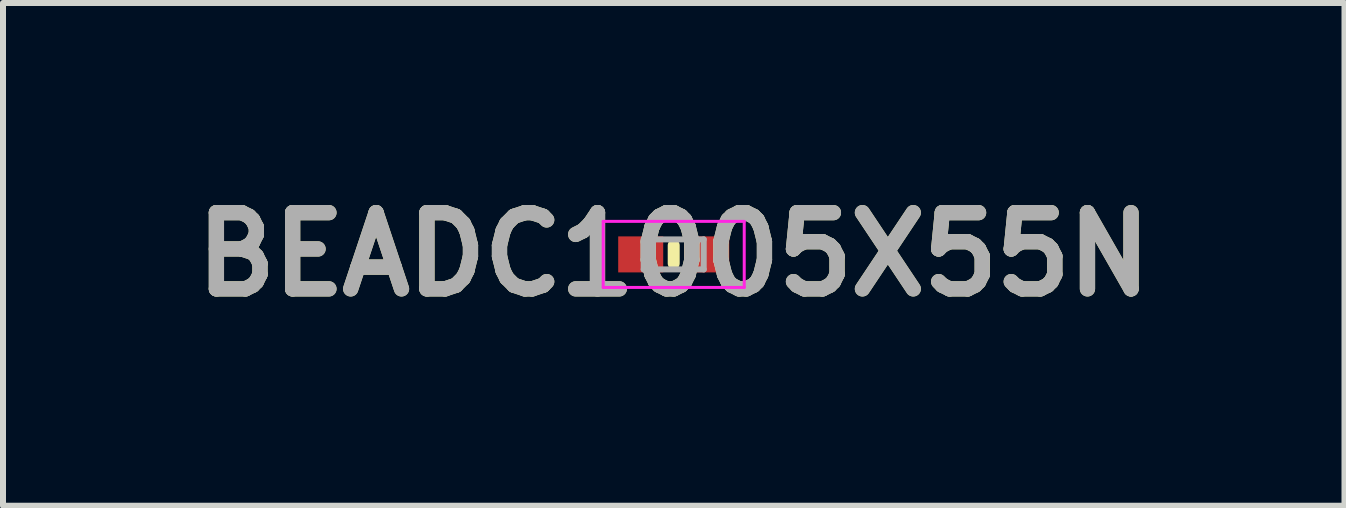
<source format=kicad_pcb>
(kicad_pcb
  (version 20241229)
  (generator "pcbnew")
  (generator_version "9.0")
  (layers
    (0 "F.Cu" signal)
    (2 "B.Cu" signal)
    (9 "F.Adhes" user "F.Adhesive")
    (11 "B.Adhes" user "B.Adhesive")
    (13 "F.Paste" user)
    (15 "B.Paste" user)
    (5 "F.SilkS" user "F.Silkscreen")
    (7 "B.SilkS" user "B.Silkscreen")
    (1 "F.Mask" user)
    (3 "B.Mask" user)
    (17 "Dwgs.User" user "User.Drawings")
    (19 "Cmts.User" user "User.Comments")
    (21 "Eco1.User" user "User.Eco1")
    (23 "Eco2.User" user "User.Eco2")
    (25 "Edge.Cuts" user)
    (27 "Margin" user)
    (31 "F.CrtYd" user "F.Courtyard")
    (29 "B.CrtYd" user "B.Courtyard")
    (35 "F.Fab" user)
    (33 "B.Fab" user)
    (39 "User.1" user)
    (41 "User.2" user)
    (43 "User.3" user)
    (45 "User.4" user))
  (footprint "BEADC1005X55N"
    (layer "F.Cu")
    (at 8.176 1.189)
    (property "Reference" "BEADC1005X55N" (at 0 0 0) (layer "F.SilkS") (effects (font (size 1.27 1.27) (thickness 0.254))))
    (attr smd)
    (fp_line (start 0 -0.15) (end 0 0.15) (stroke (width 0.2) (type solid)) (layer "F.SilkS"))
    (fp_line (start -1.175 -0.55) (end 1.175 -0.55) (stroke (width 0.05) (type solid)) (layer "F.CrtYd"))
    (fp_line (start -1.175 0.55) (end -1.175 -0.55) (stroke (width 0.05) (type solid)) (layer "F.CrtYd"))
    (fp_line (start 1.175 -0.55) (end 1.175 0.55) (stroke (width 0.05) (type solid)) (layer "F.CrtYd"))
    (fp_line (start 1.175 0.55) (end -1.175 0.55) (stroke (width 0.05) (type solid)) (layer "F.CrtYd"))
    (fp_line (start -0.5 -0.25) (end 0.5 -0.25) (stroke (width 0.1) (type solid)) (layer "F.Fab"))
    (fp_line (start -0.5 0.25) (end -0.5 -0.25) (stroke (width 0.1) (type solid)) (layer "F.Fab"))
    (fp_line (start 0.5 -0.25) (end 0.5 0.25) (stroke (width 0.1) (type solid)) (layer "F.Fab"))
    (fp_line (start 0.5 0.25) (end -0.5 0.25) (stroke (width 0.1) (type solid)) (layer "F.Fab"))
    (fp_text user "${REFERENCE}" (at 0 0 0) (layer "F.Fab") (effects (font (size 1.27 1.27) (thickness 0.254))))
    (pad "1" smd rect (at -0.55 0 90) (size 0.6 0.75) (layers "F.Cu" "F.Mask" "F.Paste"))
    (pad "2" smd rect (at 0.55 0 90) (size 0.6 0.75) (layers "F.Cu" "F.Mask" "F.Paste")))
  (gr_rect
    (start -3 -3)
    (end 19.353 5.377)
    (stroke (width 0.1) (type default))
    (fill no)
    (layer "Edge.Cuts")))
</source>
